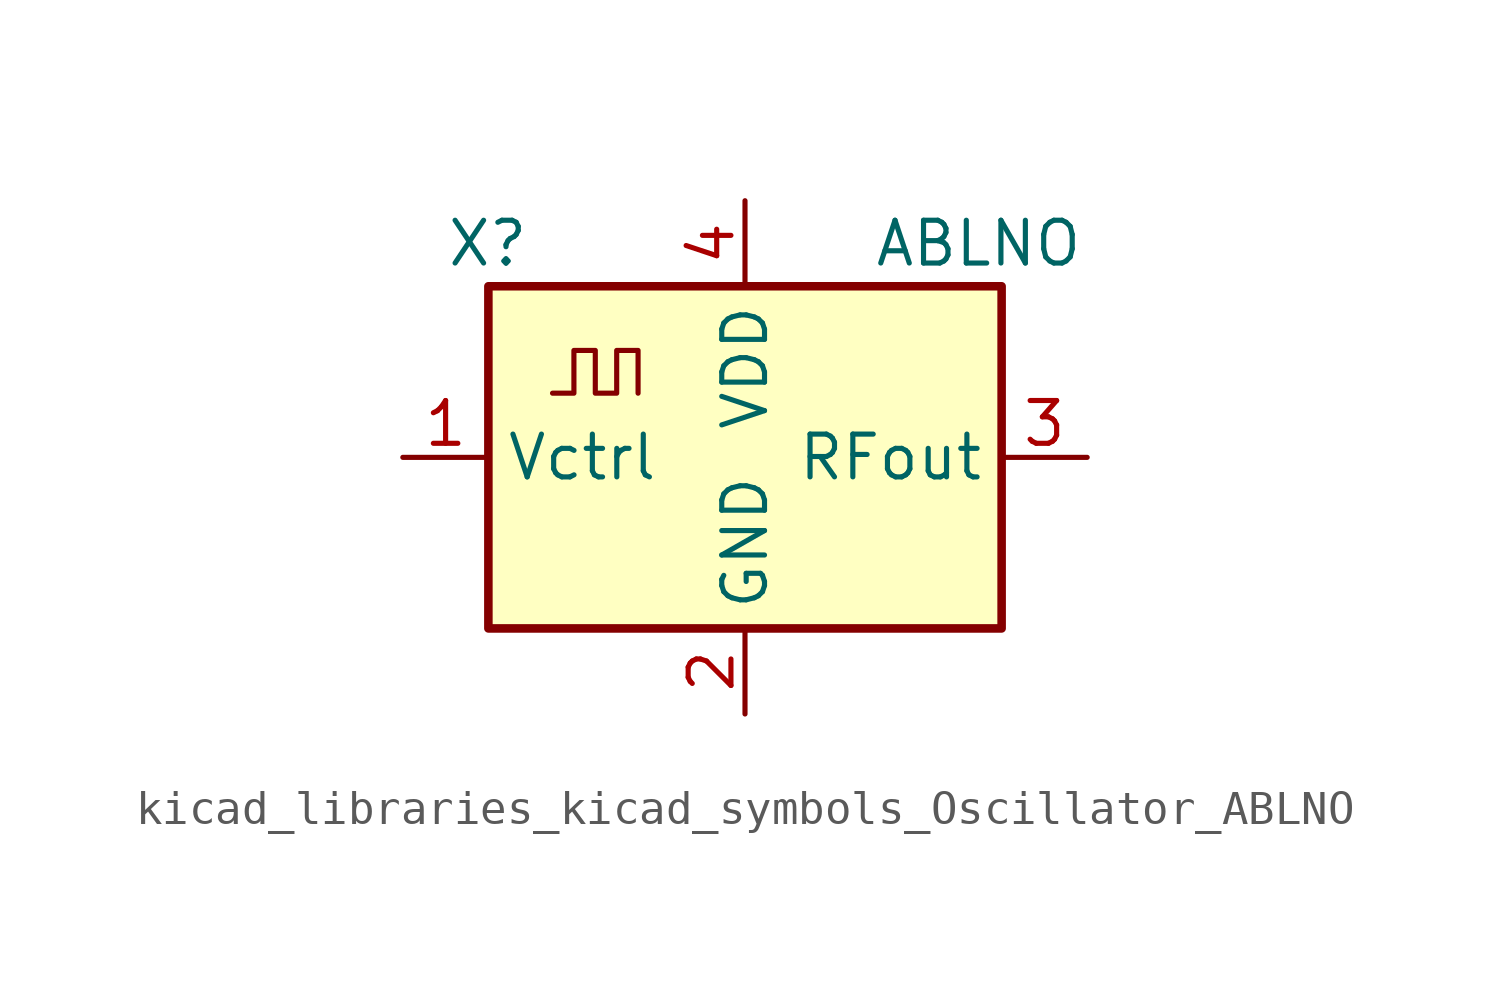
<source format=kicad_sym>
(kicad_symbol_lib
  (version 20220914)
  (generator kicad_symbol_editor)
  (symbol "kicad_libraries_kicad_symbols_Oscillator_ABLNO"
    (property "Reference" "X"
      (at -8.89 6.35 0)
      (effects (font (size 1.27 1.27)) (justify left)))
    (property "Value" "ABLNO"
      (at 3.81 6.35 0)
      (effects (font (size 1.27 1.27)) (justify left)))
    (symbol "kicad_libraries_kicad_symbols_Oscillator_ABLNO_0_1"
      (rectangle (start -7.62 5.08) (end 7.62 -5.08) (stroke (width 0.254) (type default)) (fill (type background)))
      (polyline (pts (xy -5.715 1.905) (xy -5.08 1.905) (xy -5.08 3.175) (xy -4.445 3.175) (xy -4.445 1.905) (xy -3.81 1.905) (xy -3.81 3.175) (xy -3.175 3.175) (xy -3.175 1.905)) (stroke (width 0) (type default)) (fill (type none))))
    (symbol "kicad_libraries_kicad_symbols_Oscillator_ABLNO_1_1"
      (pin input line (at -10.16 0 0) (length 2.54) (name "Vctrl" (effects (font (size 1.27 1.27)))) (number "1" (effects (font (size 1.27 1.27)))))
      (pin power_in line (at 0 -7.62 90) (length 2.54) (name "GND" (effects (font (size 1.27 1.27)))) (number "2" (effects (font (size 1.27 1.27)))))
      (pin output line (at 10.16 0 180) (length 2.54) (name "RFout" (effects (font (size 1.27 1.27)))) (number "3" (effects (font (size 1.27 1.27)))))
      (pin power_in line (at 0 7.62 270) (length 2.54) (name "VDD" (effects (font (size 1.27 1.27)))) (number "4" (effects (font (size 1.27 1.27))))))))
</source>
